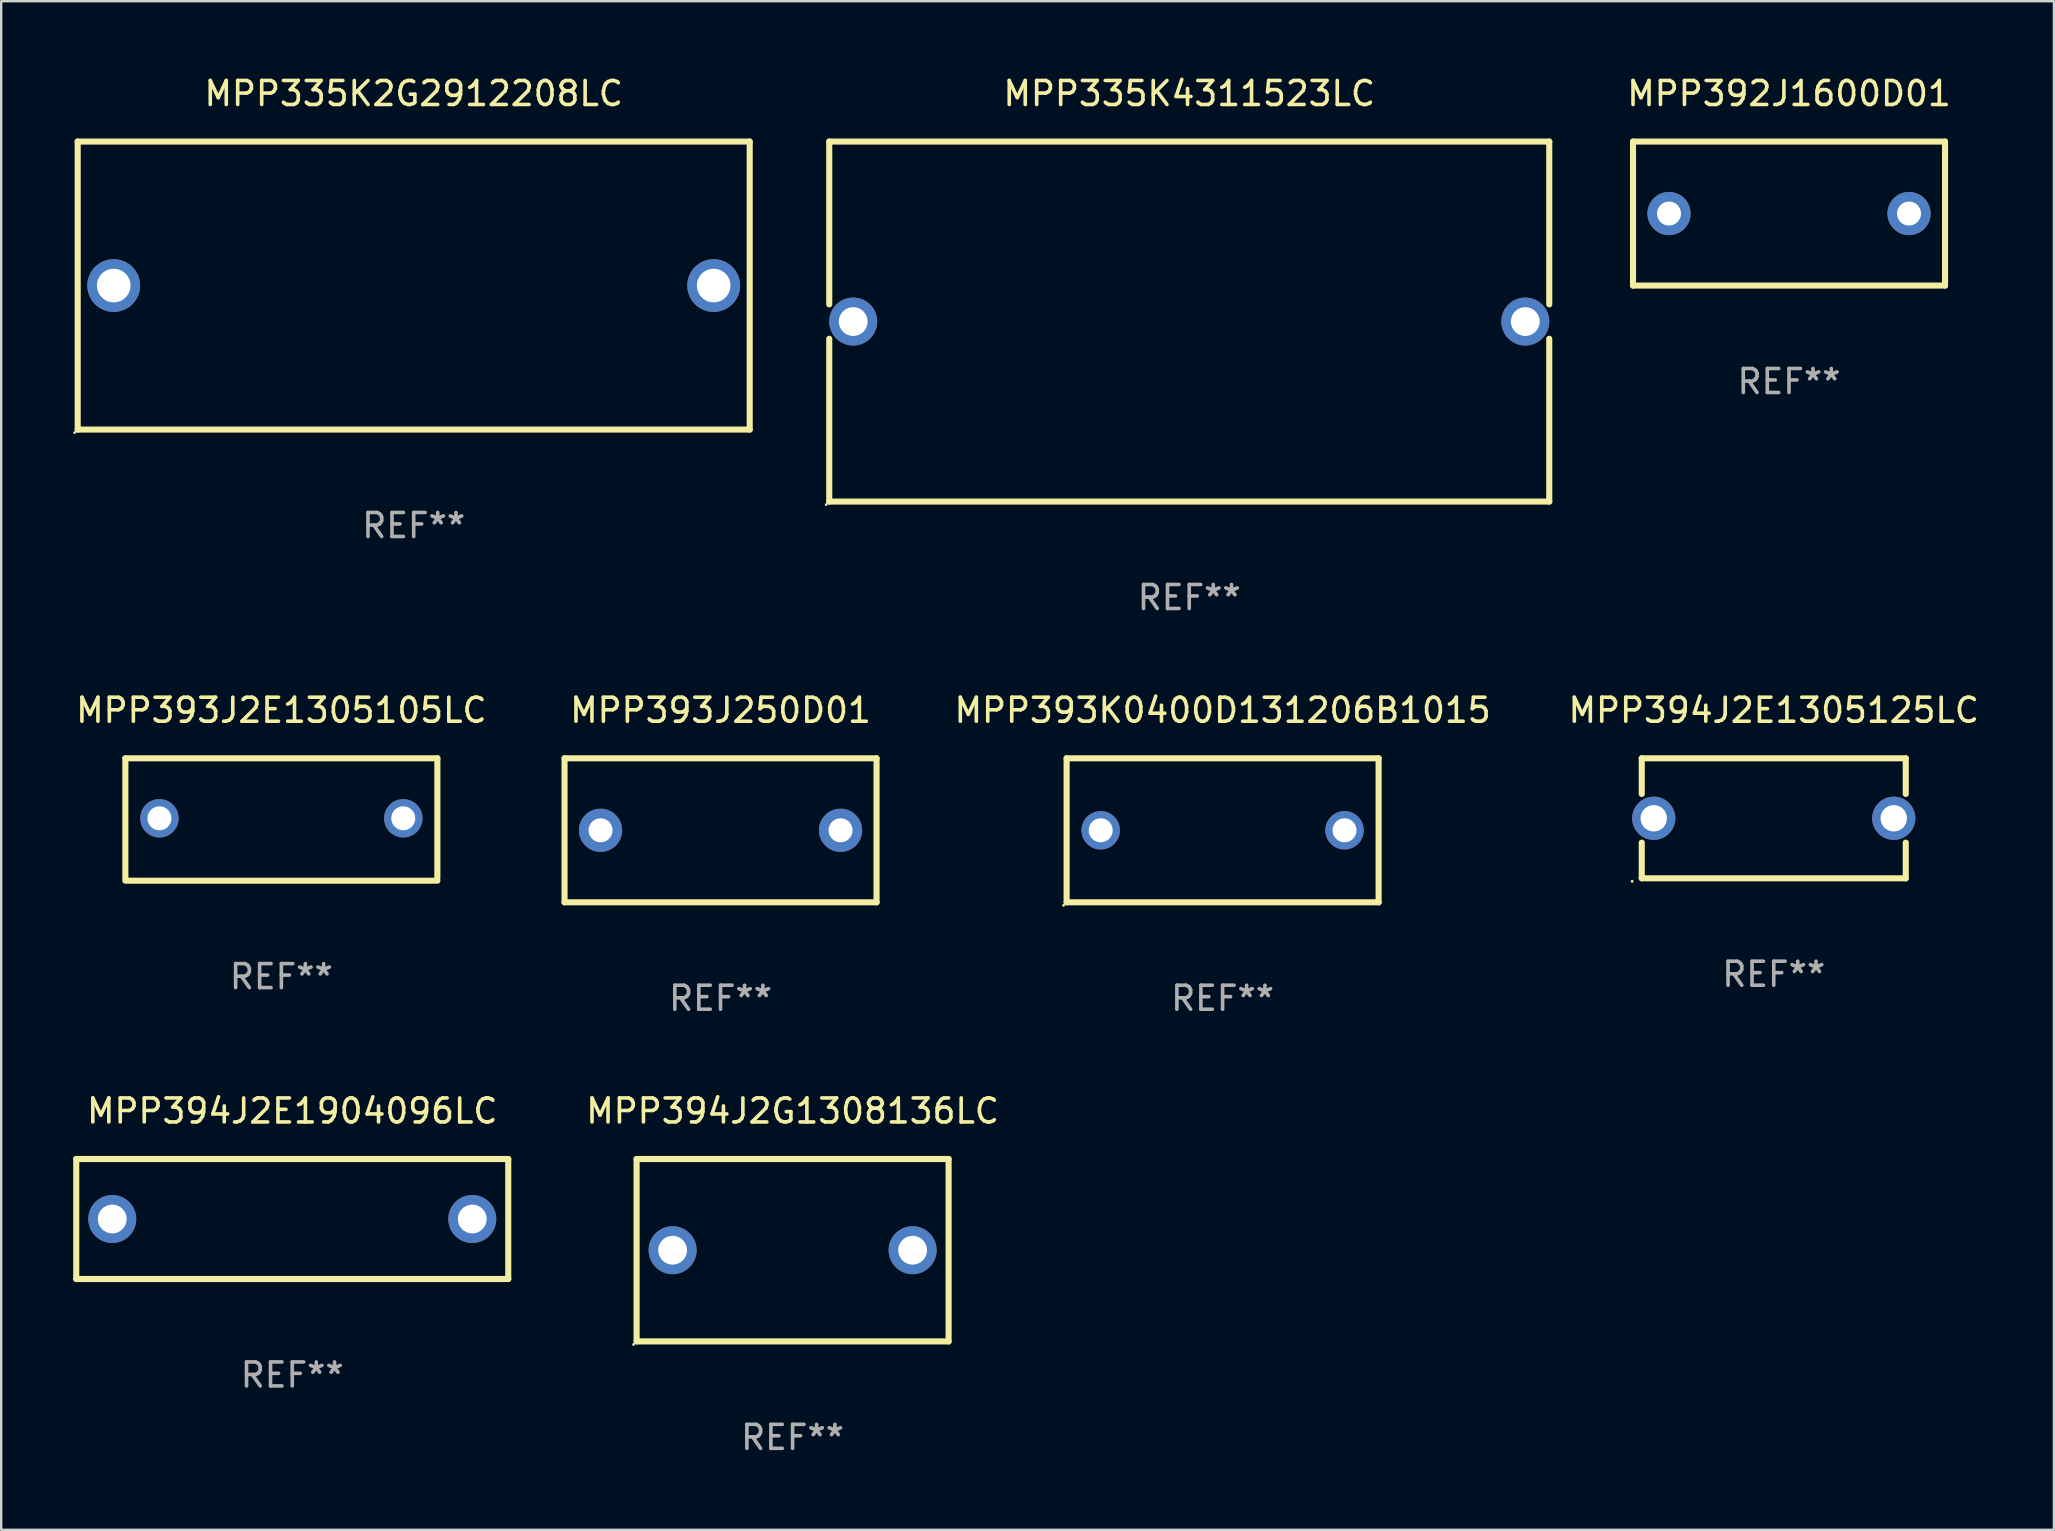
<source format=kicad_pcb>
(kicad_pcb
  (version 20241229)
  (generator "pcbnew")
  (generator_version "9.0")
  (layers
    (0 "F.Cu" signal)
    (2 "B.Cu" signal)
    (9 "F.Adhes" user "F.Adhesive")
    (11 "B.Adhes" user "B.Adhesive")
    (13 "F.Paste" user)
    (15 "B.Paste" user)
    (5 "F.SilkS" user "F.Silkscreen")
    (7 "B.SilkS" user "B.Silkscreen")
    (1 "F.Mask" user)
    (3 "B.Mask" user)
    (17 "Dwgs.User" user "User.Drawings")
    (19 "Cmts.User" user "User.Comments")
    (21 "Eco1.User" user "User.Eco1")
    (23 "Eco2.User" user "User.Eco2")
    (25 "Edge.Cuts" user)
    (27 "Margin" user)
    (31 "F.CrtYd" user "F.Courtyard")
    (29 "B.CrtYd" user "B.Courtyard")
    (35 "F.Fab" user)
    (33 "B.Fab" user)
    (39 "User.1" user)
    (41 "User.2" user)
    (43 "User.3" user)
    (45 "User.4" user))
  (footprint "MPP335K4311523LC"
    (layer "F.Cu")
    (at 46.501 10.348)
    (property "Reference" "MPP335K4311523LC" (at 0 -9.5 0) (layer "F.SilkS") (effects (font (size 1 1) (thickness 0.15))))
    (attr through_hole)
    (fp_line (start -15 -7.5) (end -15 -0.717) (stroke (width 0.254) (type solid)) (layer "F.SilkS"))
    (fp_line (start -15 -7.5) (end 15 -7.5) (stroke (width 0.254) (type solid)) (layer "F.SilkS"))
    (fp_line (start -15 0.717) (end -15 7.5) (stroke (width 0.254) (type solid)) (layer "F.SilkS"))
    (fp_line (start 15 -7.5) (end 15 -0.717) (stroke (width 0.254) (type solid)) (layer "F.SilkS"))
    (fp_line (start 15 0.717) (end 15 7.5) (stroke (width 0.254) (type solid)) (layer "F.SilkS"))
    (fp_line (start 15 7.5) (end -15 7.5) (stroke (width 0.254) (type solid)) (layer "F.SilkS"))
    (fp_circle (center -15.127 7.627) (end -15.097 7.627) (stroke (width 0.06) (type solid)) (fill no) (layer "F.SilkS"))
    (fp_text user "REF**" (at 0 11.5 0) (layer "F.Fab") (effects (font (size 1 1) (thickness 0.15))))
    (pad "1" thru_hole circle (at -14.001 0) (size 2 2) (drill 1.2) (layers "*.Cu" "*.Mask"))
    (pad "2" thru_hole circle (at 14.001 0) (size 2 2) (drill 1.2) (layers "*.Cu" "*.Mask")))
  (footprint "MPP394J2E1904096LC"
    (layer "F.Cu")
    (at 9.127 47.741)
    (property "Reference" "MPP394J2E1904096LC" (at 0 -4.5 0) (layer "F.SilkS") (effects (font (size 1 1) (thickness 0.15))))
    (attr through_hole)
    (fp_line (start -9 -2.5) (end 9 -2.5) (stroke (width 0.254) (type solid)) (layer "F.SilkS"))
    (fp_line (start -9 2.5) (end -9 -2.5) (stroke (width 0.254) (type solid)) (layer "F.SilkS"))
    (fp_line (start 9 -2.5) (end 9 2.5) (stroke (width 0.254) (type solid)) (layer "F.SilkS"))
    (fp_line (start 9 2.5) (end -9 2.5) (stroke (width 0.254) (type solid)) (layer "F.SilkS"))
    (fp_circle (center -9 2.5) (end -8.97 2.5) (stroke (width 0.06) (type solid)) (fill no) (layer "F.SilkS"))
    (fp_text user "REF**" (at 0 6.5 0) (layer "F.Fab") (effects (font (size 1 1) (thickness 0.15))))
    (pad "1" thru_hole circle (at -7.5 -0.000127) (size 2 2) (drill 1.2) (layers "*.Cu" "*.Mask"))
    (pad "2" thru_hole circle (at 7.5 -0.000127) (size 2 2) (drill 1.2) (layers "*.Cu" "*.Mask")))
  (footprint "MPP393J2E1305105LC"
    (layer "F.Cu")
    (at 8.673 31.095)
    (property "Reference" "MPP393J2E1305105LC" (at 0 -4.55 0) (layer "F.SilkS") (effects (font (size 1 1) (thickness 0.15))))
    (attr through_hole)
    (fp_line (start -6.5 -2.55) (end 6.5 -2.55) (stroke (width 0.254) (type solid)) (layer "F.SilkS"))
    (fp_line (start -6.5 2.45) (end -6.5 -2.55) (stroke (width 0.254) (type solid)) (layer "F.SilkS"))
    (fp_line (start 6.5 -2.55) (end 6.5 2.45) (stroke (width 0.254) (type solid)) (layer "F.SilkS"))
    (fp_line (start 6.5 2.55) (end -6.5 2.55) (stroke (width 0.254) (type solid)) (layer "F.SilkS"))
    (fp_circle (center -6.5 2.45) (end -6.47 2.45) (stroke (width 0.06) (type solid)) (fill no) (layer "F.SilkS"))
    (fp_text user "REF**" (at 0 6.55 0) (layer "F.Fab") (effects (font (size 1 1) (thickness 0.15))))
    (pad "1" thru_hole circle (at -5.08 -0.05) (size 1.6 1.6) (drill 1) (layers "*.Cu" "*.Mask"))
    (pad "2" thru_hole circle (at 5.08 -0.05) (size 1.6 1.6) (drill 1) (layers "*.Cu" "*.Mask")))
  (footprint "MPP394J2G1308136LC"
    (layer "F.Cu")
    (at 29.974 49.041)
    (property "Reference" "MPP394J2G1308136LC" (at 0 -5.8 0) (layer "F.SilkS") (effects (font (size 1 1) (thickness 0.15))))
    (attr through_hole)
    (fp_line (start -6.5 -3.8) (end -6.5 3.8) (stroke (width 0.254) (type solid)) (layer "F.SilkS"))
    (fp_line (start -6.5 -3.8) (end 6.5 -3.8) (stroke (width 0.254) (type solid)) (layer "F.SilkS"))
    (fp_line (start 6.5 3.8) (end -6.5 3.8) (stroke (width 0.254) (type solid)) (layer "F.SilkS"))
    (fp_line (start 6.5 3.8) (end 6.5 -3.8) (stroke (width 0.254) (type solid)) (layer "F.SilkS"))
    (fp_circle (center -6.627 3.927) (end -6.597 3.927) (stroke (width 0.06) (type solid)) (fill no) (layer "F.SilkS"))
    (fp_text user "REF**" (at 0 7.8 0) (layer "F.Fab") (effects (font (size 1 1) (thickness 0.15))))
    (pad "1" thru_hole circle (at -4.999 0) (size 2 2) (drill 1.2) (layers "*.Cu" "*.Mask"))
    (pad "2" thru_hole circle (at 5.001 0) (size 2 2) (drill 1.2) (layers "*.Cu" "*.Mask")))
  (footprint "MPP335K2G2912208LC"
    (layer "F.Cu")
    (at 14.187 8.848)
    (property "Reference" "MPP335K2G2912208LC" (at 0 -8 0) (layer "F.SilkS") (effects (font (size 1 1) (thickness 0.15))))
    (attr through_hole)
    (fp_line (start -14 -6) (end 14 -6) (stroke (width 0.254) (type solid)) (layer "F.SilkS"))
    (fp_line (start -14 6) (end -14 -6) (stroke (width 0.254) (type solid)) (layer "F.SilkS"))
    (fp_line (start 14 -6) (end 14 6) (stroke (width 0.254) (type solid)) (layer "F.SilkS"))
    (fp_line (start 14 6) (end -14 6) (stroke (width 0.254) (type solid)) (layer "F.SilkS"))
    (fp_circle (center -14.127 6.127) (end -14.097 6.127) (stroke (width 0.06) (type solid)) (fill no) (layer "F.SilkS"))
    (fp_text user "REF**" (at 0 10 0) (layer "F.Fab") (effects (font (size 1 1) (thickness 0.15))))
    (pad "1" thru_hole circle (at -12.499 0) (size 2.2 2.2) (drill 1.4) (layers "*.Cu" "*.Mask"))
    (pad "2" thru_hole circle (at 12.499 0) (size 2.2 2.2) (drill 1.4) (layers "*.Cu" "*.Mask")))
  (footprint "MPP393K0400D131206B1015"
    (layer "F.Cu")
    (at 47.891 31.545)
    (property "Reference" "MPP393K0400D131206B1015" (at 0 -5 0) (layer "F.SilkS") (effects (font (size 1 1) (thickness 0.15))))
    (attr through_hole)
    (fp_line (start -6.5 -3) (end 6.5 -3) (stroke (width 0.254) (type solid)) (layer "F.SilkS"))
    (fp_line (start -6.5 3) (end -6.5 -3) (stroke (width 0.254) (type solid)) (layer "F.SilkS"))
    (fp_line (start 6.5 -3) (end 6.5 3) (stroke (width 0.254) (type solid)) (layer "F.SilkS"))
    (fp_line (start 6.5 3) (end -6.5 3) (stroke (width 0.254) (type solid)) (layer "F.SilkS"))
    (fp_circle (center -6.627 3.127) (end -6.597 3.127) (stroke (width 0.06) (type solid)) (fill no) (layer "F.SilkS"))
    (fp_text user "REF**" (at 0 7 0) (layer "F.Fab") (effects (font (size 1 1) (thickness 0.15))))
    (pad "1" thru_hole circle (at -5.08 0) (size 1.6 1.6) (drill 1) (layers "*.Cu" "*.Mask"))
    (pad "2" thru_hole circle (at 5.08 0) (size 1.6 1.6) (drill 1) (layers "*.Cu" "*.Mask")))
  (footprint "MPP393J250D01"
    (layer "F.Cu")
    (at 26.972 31.545)
    (property "Reference" "MPP393J250D01" (at 0 -5 0) (layer "F.SilkS") (effects (font (size 1 1) (thickness 0.15))))
    (attr through_hole)
    (fp_line (start -6.5 -3) (end 6.5 -3) (stroke (width 0.254) (type solid)) (layer "F.SilkS"))
    (fp_line (start -6.5 3) (end -6.5 -3) (stroke (width 0.254) (type solid)) (layer "F.SilkS"))
    (fp_line (start 6.5 -3) (end 6.5 3) (stroke (width 0.254) (type solid)) (layer "F.SilkS"))
    (fp_line (start 6.5 3) (end -6.5 3) (stroke (width 0.254) (type solid)) (layer "F.SilkS"))
    (fp_circle (center -6.5 3) (end -6.47 3) (stroke (width 0.06) (type solid)) (fill no) (layer "F.SilkS"))
    (fp_text user "REF**" (at 0 7 0) (layer "F.Fab") (effects (font (size 1 1) (thickness 0.15))))
    (pad "1" thru_hole circle (at -5 0) (size 1.8 1.8) (drill 1) (layers "*.Cu" "*.Mask"))
    (pad "2" thru_hole circle (at 5 0) (size 1.8 1.8) (drill 1) (layers "*.Cu" "*.Mask")))
  (footprint "MPP392J1600D01"
    (layer "F.Cu")
    (at 71.491 5.848)
    (property "Reference" "MPP392J1600D01" (at 0 -5 0) (layer "F.SilkS") (effects (font (size 1 1) (thickness 0.15))))
    (attr through_hole)
    (fp_line (start -6.5 -3) (end 6.5 -3) (stroke (width 0.254) (type solid)) (layer "F.SilkS"))
    (fp_line (start -6.5 3) (end -6.5 -3) (stroke (width 0.254) (type solid)) (layer "F.SilkS"))
    (fp_line (start 6.5 -3) (end 6.5 3) (stroke (width 0.254) (type solid)) (layer "F.SilkS"))
    (fp_line (start 6.5 3) (end -6.5 3) (stroke (width 0.254) (type solid)) (layer "F.SilkS"))
    (fp_circle (center -6.5 3) (end -6.47 3) (stroke (width 0.06) (type solid)) (fill no) (layer "F.SilkS"))
    (fp_text user "REF**" (at 0 7 0) (layer "F.Fab") (effects (font (size 1 1) (thickness 0.15))))
    (pad "1" thru_hole circle (at -5 0) (size 1.8 1.8) (drill 1) (layers "*.Cu" "*.Mask"))
    (pad "2" thru_hole circle (at 5 0) (size 1.8 1.8) (drill 1) (layers "*.Cu" "*.Mask")))
  (footprint "MPP394J2E1305125LC"
    (layer "F.Cu")
    (at 70.855 31.045)
    (property "Reference" "MPP394J2E1305125LC" (at 0 -4.5 0) (layer "F.SilkS") (effects (font (size 1 1) (thickness 0.15))))
    (attr through_hole)
    (fp_line (start -5.5 -2.5) (end -5.5 -1.014) (stroke (width 0.254) (type solid)) (layer "F.SilkS"))
    (fp_line (start -5.5 -2.5) (end 5.5 -2.5) (stroke (width 0.254) (type solid)) (layer "F.SilkS"))
    (fp_line (start -5.5 1.014) (end -5.5 2.5) (stroke (width 0.254) (type solid)) (layer "F.SilkS"))
    (fp_line (start 5.5 -1.014) (end 5.5 -2.5) (stroke (width 0.254) (type solid)) (layer "F.SilkS"))
    (fp_line (start 5.5 2.5) (end -5.5 2.5) (stroke (width 0.254) (type solid)) (layer "F.SilkS"))
    (fp_line (start 5.5 2.5) (end 5.5 1.014) (stroke (width 0.254) (type solid)) (layer "F.SilkS"))
    (fp_circle (center -5.9 2.627) (end -5.87 2.627) (stroke (width 0.06) (type solid)) (fill no) (layer "F.SilkS"))
    (fp_text user "REF**" (at 0 6.5 0) (layer "F.Fab") (effects (font (size 1 1) (thickness 0.15))))
    (pad "1" thru_hole circle (at -5 0) (size 1.8 1.8) (drill 1.1) (layers "*.Cu" "*.Mask"))
    (pad "2" thru_hole circle (at 5 0) (size 1.8 1.8) (drill 1.1) (layers "*.Cu" "*.Mask")))
  (gr_rect
    (start -3 -3)
    (end 82.528 60.69)
    (stroke (width 0.1) (type default))
    (fill no)
    (layer "Edge.Cuts")))
</source>
